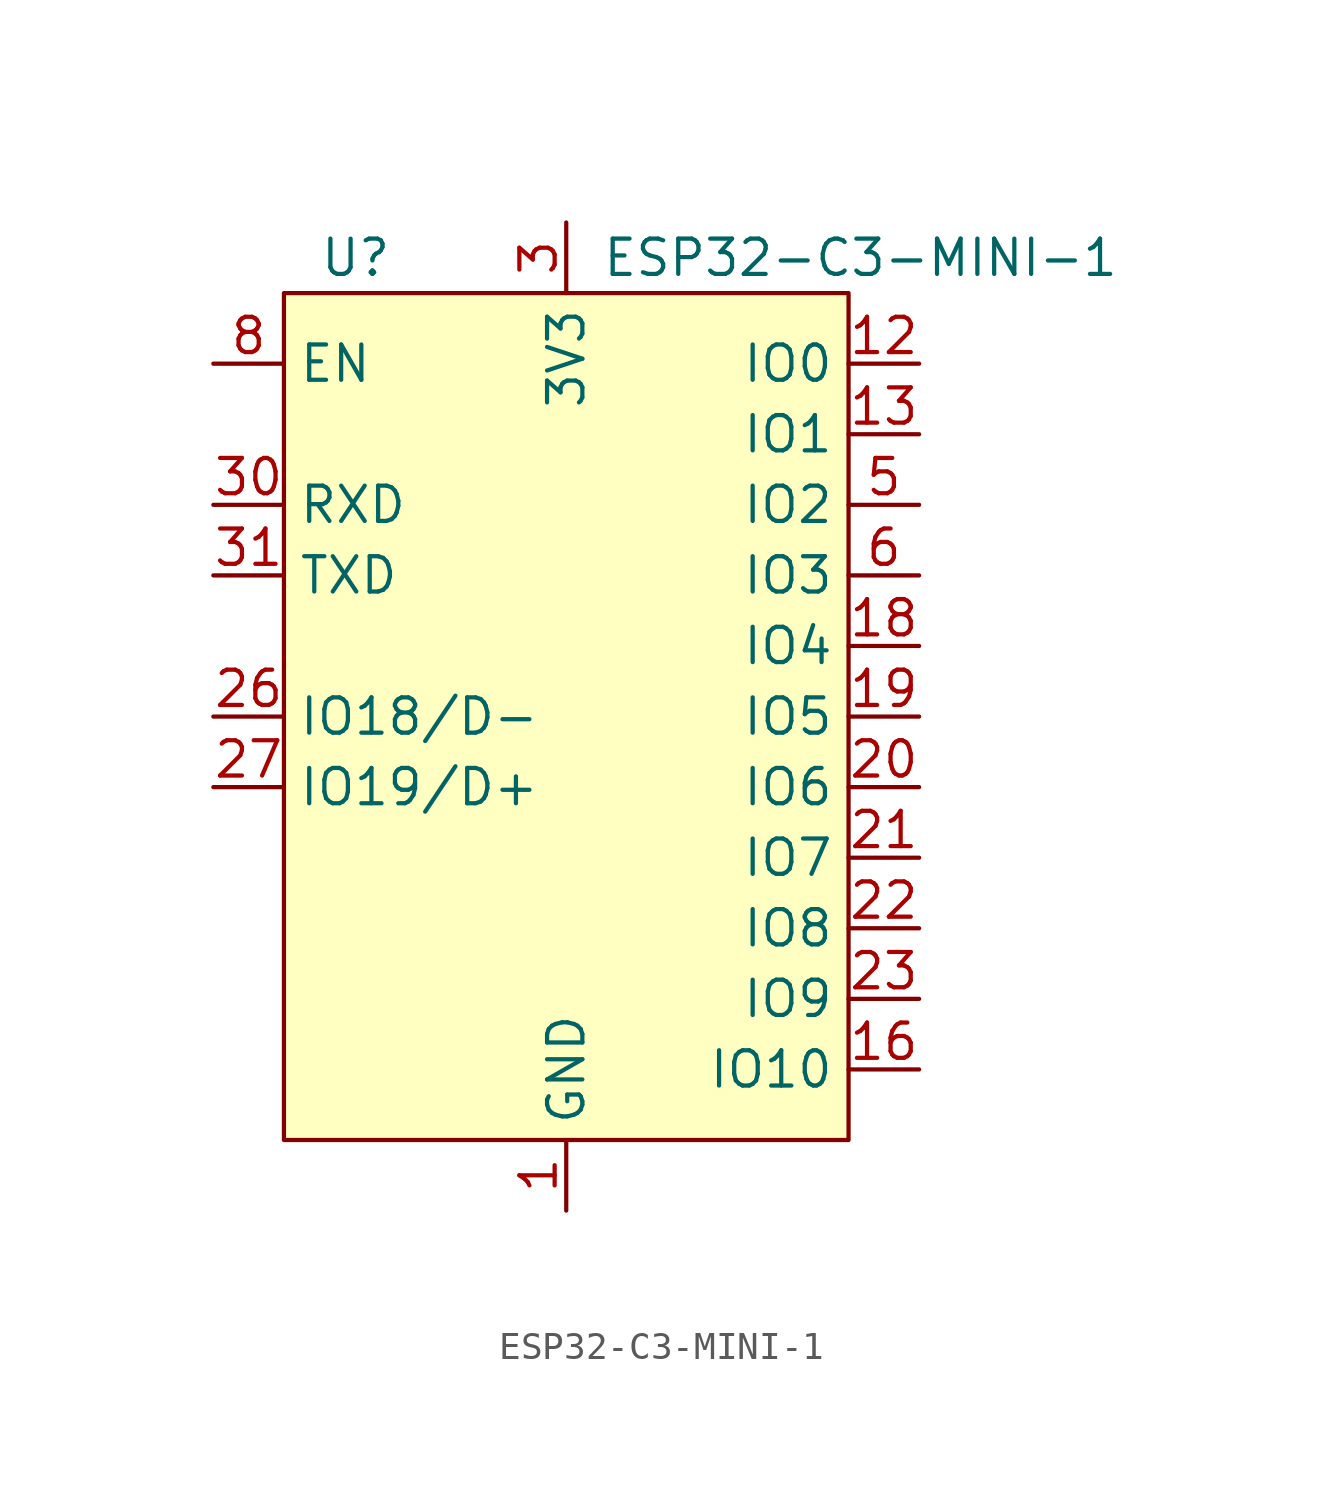
<source format=kicad_sym>
(kicad_symbol_lib
  (version 20211014)
  (generator kicad_symbol_editor)
  (symbol "ESP32-C3-MINI-1"
    (property "Reference" "U"
      (at -8.89 16.51 0)
      (effects (font (size 1.27 1.27)) (justify left)))
    (property "Value" "ESP32-C3-MINI-1"
      (at 1.27 16.51 0)
      (effects (font (size 1.27 1.27)) (justify left)))
    (symbol "ESP32-C3-MINI-1_0_1"
      (rectangle (start -10.16 15.24) (end 10.16 -15.24) (stroke (width 0) (type default) (color 0 0 0 0)) (fill (type background))))
    (symbol "ESP32-C3-MINI-1_1_1"
      (pin power_in line (at 0 -17.78 90) (length 2.54) (name "GND" (effects (font (size 1.27 1.27)))) (number "1" (effects (font (size 1.27 1.27)))))
      (pin no_connect line (at -5.08 -17.78 90) (length 2.54) hide (name "NC" (effects (font (size 1.27 1.27)))) (number "10" (effects (font (size 1.27 1.27)))))
      (pin power_in line (at 0 -17.78 90) (length 2.54) hide (name "GND" (effects (font (size 1.27 1.27)))) (number "11" (effects (font (size 1.27 1.27)))))
      (pin bidirectional line (at 12.7 12.7 180) (length 2.54) (name "IO0" (effects (font (size 1.27 1.27)))) (number "12" (effects (font (size 1.27 1.27)))))
      (pin bidirectional line (at 12.7 10.16 180) (length 2.54) (name "IO1" (effects (font (size 1.27 1.27)))) (number "13" (effects (font (size 1.27 1.27)))))
      (pin power_in line (at 0 -17.78 90) (length 2.54) hide (name "GND" (effects (font (size 1.27 1.27)))) (number "14" (effects (font (size 1.27 1.27)))))
      (pin no_connect line (at -5.08 -17.78 90) (length 2.54) hide (name "NC" (effects (font (size 1.27 1.27)))) (number "15" (effects (font (size 1.27 1.27)))))
      (pin bidirectional line (at 12.7 -12.7 180) (length 2.54) (name "IO10" (effects (font (size 1.27 1.27)))) (number "16" (effects (font (size 1.27 1.27)))))
      (pin no_connect line (at -5.08 -17.78 90) (length 2.54) hide (name "NC" (effects (font (size 1.27 1.27)))) (number "17" (effects (font (size 1.27 1.27)))))
      (pin bidirectional line (at 12.7 2.54 180) (length 2.54) (name "IO4" (effects (font (size 1.27 1.27)))) (number "18" (effects (font (size 1.27 1.27)))))
      (pin bidirectional line (at 12.7 0 180) (length 2.54) (name "IO5" (effects (font (size 1.27 1.27)))) (number "19" (effects (font (size 1.27 1.27)))))
      (pin power_in line (at 0 -17.78 90) (length 2.54) hide (name "GND" (effects (font (size 1.27 1.27)))) (number "2" (effects (font (size 1.27 1.27)))))
      (pin bidirectional line (at 12.7 -2.54 180) (length 2.54) (name "IO6" (effects (font (size 1.27 1.27)))) (number "20" (effects (font (size 1.27 1.27)))))
      (pin bidirectional line (at 12.7 -5.08 180) (length 2.54) (name "IO7" (effects (font (size 1.27 1.27)))) (number "21" (effects (font (size 1.27 1.27)))))
      (pin bidirectional line (at 12.7 -7.62 180) (length 2.54) (name "IO8" (effects (font (size 1.27 1.27)))) (number "22" (effects (font (size 1.27 1.27)))))
      (pin bidirectional line (at 12.7 -10.16 180) (length 2.54) (name "IO9" (effects (font (size 1.27 1.27)))) (number "23" (effects (font (size 1.27 1.27)))))
      (pin no_connect line (at -5.08 -17.78 90) (length 2.54) hide (name "NC" (effects (font (size 1.27 1.27)))) (number "24" (effects (font (size 1.27 1.27)))))
      (pin no_connect line (at -5.08 -17.78 90) (length 2.54) hide (name "NC" (effects (font (size 1.27 1.27)))) (number "25" (effects (font (size 1.27 1.27)))))
      (pin bidirectional line (at -12.7 0 0) (length 2.54) (name "IO18/D-" (effects (font (size 1.27 1.27)))) (number "26" (effects (font (size 1.27 1.27)))))
      (pin bidirectional line (at -12.7 -2.54 0) (length 2.54) (name "IO19/D+" (effects (font (size 1.27 1.27)))) (number "27" (effects (font (size 1.27 1.27)))))
      (pin no_connect line (at -5.08 -17.78 90) (length 2.54) hide (name "NC" (effects (font (size 1.27 1.27)))) (number "28" (effects (font (size 1.27 1.27)))))
      (pin no_connect line (at -5.08 -17.78 90) (length 2.54) hide (name "NC" (effects (font (size 1.27 1.27)))) (number "29" (effects (font (size 1.27 1.27)))))
      (pin power_in line (at 0 17.78 270) (length 2.54) (name "3V3" (effects (font (size 1.27 1.27)))) (number "3" (effects (font (size 1.27 1.27)))))
      (pin bidirectional line (at -12.7 7.62 0) (length 2.54) (name "RXD" (effects (font (size 1.27 1.27)))) (number "30" (effects (font (size 1.27 1.27)))))
      (pin bidirectional line (at -12.7 5.08 0) (length 2.54) (name "TXD" (effects (font (size 1.27 1.27)))) (number "31" (effects (font (size 1.27 1.27)))))
      (pin no_connect line (at -5.08 -17.78 90) (length 2.54) hide (name "NC" (effects (font (size 1.27 1.27)))) (number "32" (effects (font (size 1.27 1.27)))))
      (pin no_connect line (at -5.08 -17.78 90) (length 2.54) hide (name "NC" (effects (font (size 1.27 1.27)))) (number "33" (effects (font (size 1.27 1.27)))))
      (pin no_connect line (at -5.08 -17.78 90) (length 2.54) hide (name "NC" (effects (font (size 1.27 1.27)))) (number "34" (effects (font (size 1.27 1.27)))))
      (pin no_connect line (at -5.08 -17.78 90) (length 2.54) hide (name "NC" (effects (font (size 1.27 1.27)))) (number "35" (effects (font (size 1.27 1.27)))))
      (pin power_in line (at 0 -17.78 90) (length 2.54) hide (name "GND" (effects (font (size 1.27 1.27)))) (number "36" (effects (font (size 1.27 1.27)))))
      (pin power_in line (at 0 -17.78 90) (length 2.54) hide (name "GND" (effects (font (size 1.27 1.27)))) (number "37" (effects (font (size 1.27 1.27)))))
      (pin power_in line (at 0 -17.78 90) (length 2.54) hide (name "GND" (effects (font (size 1.27 1.27)))) (number "38" (effects (font (size 1.27 1.27)))))
      (pin power_in line (at 0 -17.78 90) (length 2.54) hide (name "GND" (effects (font (size 1.27 1.27)))) (number "39" (effects (font (size 1.27 1.27)))))
      (pin no_connect line (at -5.08 -17.78 90) (length 2.54) hide (name "NC" (effects (font (size 1.27 1.27)))) (number "4" (effects (font (size 1.27 1.27)))))
      (pin power_in line (at 0 -17.78 90) (length 2.54) hide (name "GND" (effects (font (size 1.27 1.27)))) (number "40" (effects (font (size 1.27 1.27)))))
      (pin power_in line (at 0 -17.78 90) (length 2.54) hide (name "GND" (effects (font (size 1.27 1.27)))) (number "41" (effects (font (size 1.27 1.27)))))
      (pin power_in line (at 0 -17.78 90) (length 2.54) hide (name "GND" (effects (font (size 1.27 1.27)))) (number "42" (effects (font (size 1.27 1.27)))))
      (pin power_in line (at 0 -17.78 90) (length 2.54) hide (name "GND" (effects (font (size 1.27 1.27)))) (number "43" (effects (font (size 1.27 1.27)))))
      (pin power_in line (at 0 -17.78 90) (length 2.54) hide (name "GND" (effects (font (size 1.27 1.27)))) (number "44" (effects (font (size 1.27 1.27)))))
      (pin power_in line (at 0 -17.78 90) (length 2.54) hide (name "GND" (effects (font (size 1.27 1.27)))) (number "45" (effects (font (size 1.27 1.27)))))
      (pin power_in line (at 0 -17.78 90) (length 2.54) hide (name "GND" (effects (font (size 1.27 1.27)))) (number "46" (effects (font (size 1.27 1.27)))))
      (pin power_in line (at 0 -17.78 90) (length 2.54) hide (name "GND" (effects (font (size 1.27 1.27)))) (number "47" (effects (font (size 1.27 1.27)))))
      (pin power_in line (at 0 -17.78 90) (length 2.54) hide (name "GND" (effects (font (size 1.27 1.27)))) (number "48" (effects (font (size 1.27 1.27)))))
      (pin power_in line (at 0 -17.78 90) (length 2.54) hide (name "GND" (effects (font (size 1.27 1.27)))) (number "49" (effects (font (size 1.27 1.27)))))
      (pin bidirectional line (at 12.7 7.62 180) (length 2.54) (name "IO2" (effects (font (size 1.27 1.27)))) (number "5" (effects (font (size 1.27 1.27)))))
      (pin power_in line (at 0 -17.78 90) (length 2.54) hide (name "GND" (effects (font (size 1.27 1.27)))) (number "50" (effects (font (size 1.27 1.27)))))
      (pin power_in line (at 0 -17.78 90) (length 2.54) hide (name "GND" (effects (font (size 1.27 1.27)))) (number "51" (effects (font (size 1.27 1.27)))))
      (pin power_in line (at 0 -17.78 90) (length 2.54) hide (name "GND" (effects (font (size 1.27 1.27)))) (number "52" (effects (font (size 1.27 1.27)))))
      (pin power_in line (at 0 -17.78 90) (length 2.54) hide (name "GND" (effects (font (size 1.27 1.27)))) (number "53" (effects (font (size 1.27 1.27)))))
      (pin bidirectional line (at 12.7 5.08 180) (length 2.54) (name "IO3" (effects (font (size 1.27 1.27)))) (number "6" (effects (font (size 1.27 1.27)))))
      (pin no_connect line (at -5.08 -17.78 90) (length 2.54) hide (name "NC" (effects (font (size 1.27 1.27)))) (number "7" (effects (font (size 1.27 1.27)))))
      (pin input line (at -12.7 12.7 0) (length 2.54) (name "EN" (effects (font (size 1.27 1.27)))) (number "8" (effects (font (size 1.27 1.27)))))
      (pin no_connect line (at -5.08 -17.78 90) (length 2.54) hide (name "NC" (effects (font (size 1.27 1.27)))) (number "9" (effects (font (size 1.27 1.27))))))))
</source>
